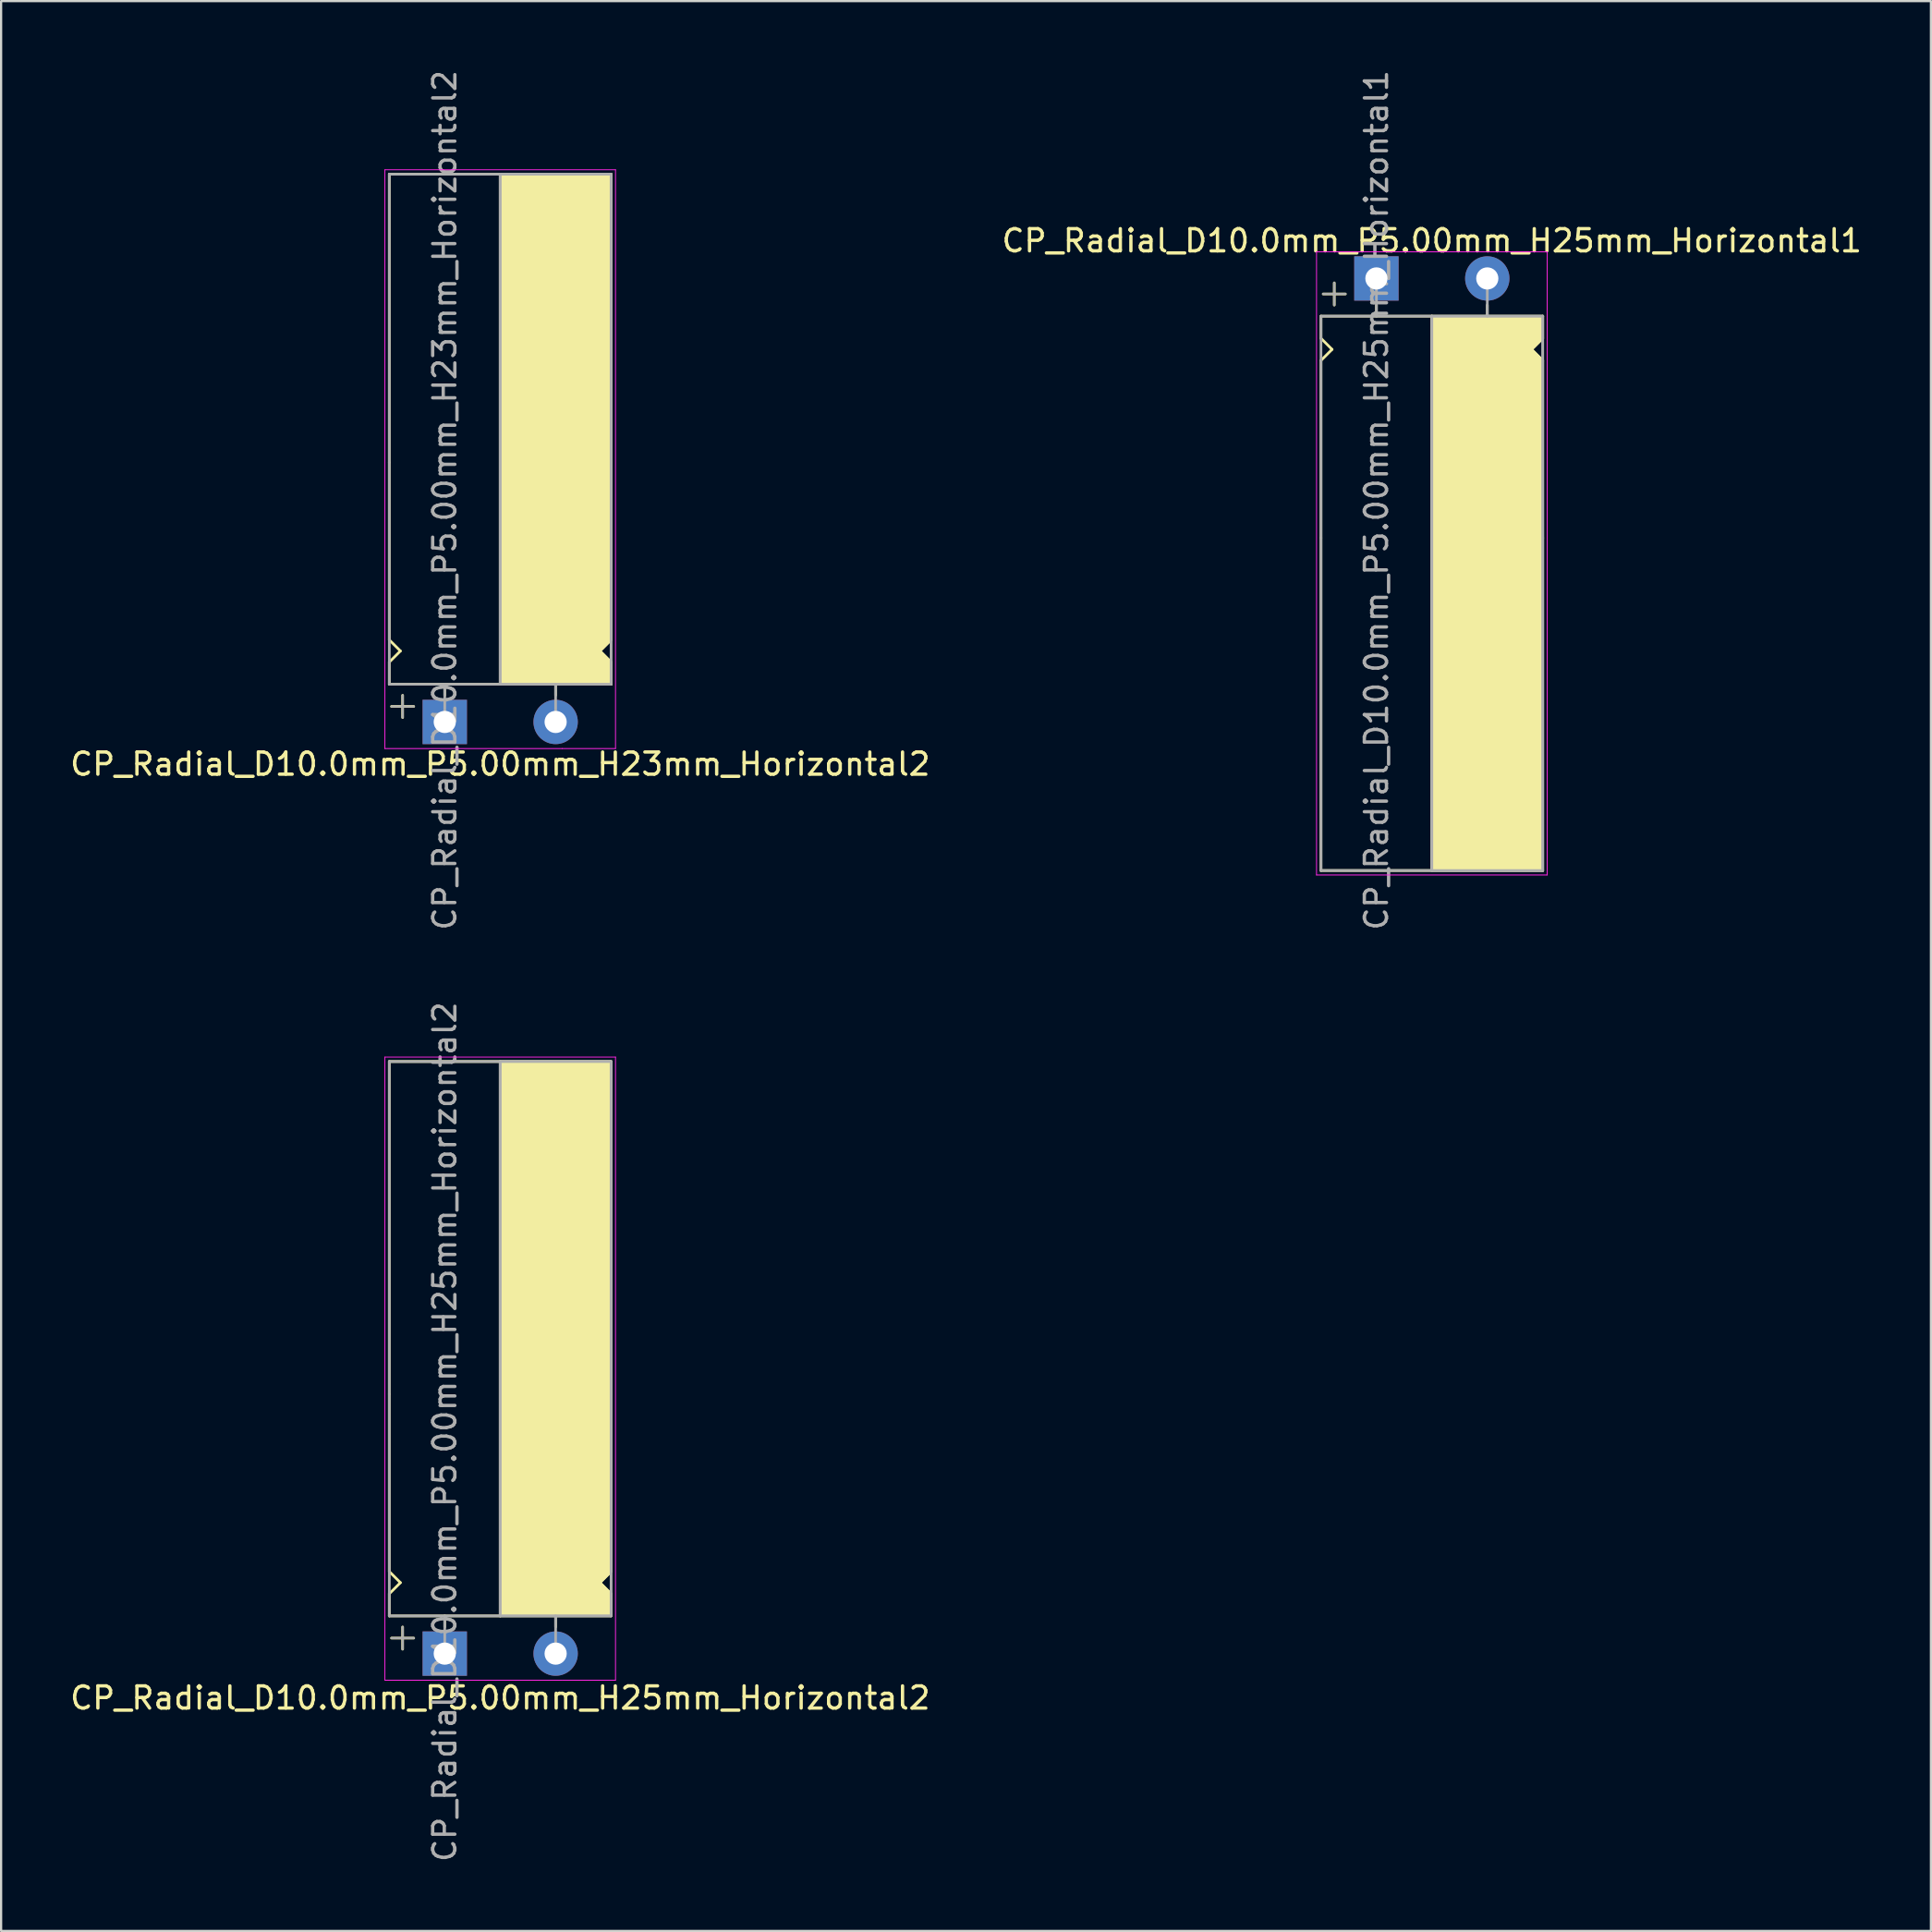
<source format=kicad_pcb>
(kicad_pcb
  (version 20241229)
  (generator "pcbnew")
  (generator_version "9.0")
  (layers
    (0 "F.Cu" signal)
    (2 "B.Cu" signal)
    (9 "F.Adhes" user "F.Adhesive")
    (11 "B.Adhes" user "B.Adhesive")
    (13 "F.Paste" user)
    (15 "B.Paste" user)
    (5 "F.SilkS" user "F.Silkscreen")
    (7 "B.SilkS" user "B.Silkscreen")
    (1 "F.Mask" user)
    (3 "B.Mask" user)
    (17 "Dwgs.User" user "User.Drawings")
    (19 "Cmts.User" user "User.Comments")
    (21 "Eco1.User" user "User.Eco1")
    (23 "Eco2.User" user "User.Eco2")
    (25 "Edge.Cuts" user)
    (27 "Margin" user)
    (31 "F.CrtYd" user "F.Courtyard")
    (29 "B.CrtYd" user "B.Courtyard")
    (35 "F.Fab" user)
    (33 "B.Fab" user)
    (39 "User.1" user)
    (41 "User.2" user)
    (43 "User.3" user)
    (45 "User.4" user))
  (footprint "CP_Radial_D10.0mm_P5.00mm_H23mm_Horizontal2"
    (layer "F.Cu")
    (at 17.006 29.506)
    (property "Reference" "CP_Radial_D10.0mm_P5.00mm_H23mm_Horizontal2" (at 2.5 1.9 0) (layer "F.SilkS") (effects (font (size 1 1) (thickness 0.15))))
    (attr through_hole)
    (fp_line (start -2.5 -24.7) (end 7.5 -24.7) (stroke (width 0.12) (type solid)) (layer "F.SilkS"))
    (fp_line (start -2.5 -11.7) (end -2.5 -24.7) (stroke (width 0.12) (type solid)) (layer "F.SilkS"))
    (fp_line (start -2.5 -3.7) (end -2.5 -11.7) (stroke (width 0.12) (type solid)) (layer "F.SilkS"))
    (fp_line (start -2.5 -2.7) (end -2 -3.2) (stroke (width 0.12) (type solid)) (layer "F.SilkS"))
    (fp_line (start -2.5 -1.7) (end -2.5 -2.7) (stroke (width 0.12) (type solid)) (layer "F.SilkS"))
    (fp_line (start -2 -3.2) (end -2.5 -3.7) (stroke (width 0.12) (type solid)) (layer "F.SilkS"))
    (fp_line (start -1.9 -1.2) (end -1.9 -0.2) (stroke (width 0.12) (type solid)) (layer "F.SilkS"))
    (fp_line (start -1.4 -0.7) (end -2.4 -0.7) (stroke (width 0.12) (type solid)) (layer "F.SilkS"))
    (fp_line (start 0 -1.7) (end 0 -1.2) (stroke (width 0.12) (type solid)) (layer "F.SilkS"))
    (fp_line (start 2.5 -24.7) (end 2.5 -1.7) (stroke (width 0.12) (type solid)) (layer "F.SilkS"))
    (fp_line (start 2.5 -1.7) (end -2.5 -1.7) (stroke (width 0.12) (type solid)) (layer "F.SilkS"))
    (fp_line (start 5 -1.7) (end 5 -1.2) (stroke (width 0.12) (type solid)) (layer "F.SilkS"))
    (fp_line (start 7 -3.2) (end 7.5 -3.7) (stroke (width 0.12) (type solid)) (layer "F.SilkS"))
    (fp_line (start 7.5 -11.7) (end 7.5 -24.7) (stroke (width 0.12) (type solid)) (layer "F.SilkS"))
    (fp_line (start 7.5 -3.7) (end 7.5 -11.7) (stroke (width 0.12) (type solid)) (layer "F.SilkS"))
    (fp_line (start 7.5 -2.7) (end 7 -3.2) (stroke (width 0.12) (type solid)) (layer "F.SilkS"))
    (fp_line (start 7.5 -1.7) (end 2.5 -1.7) (stroke (width 0.12) (type solid)) (layer "F.SilkS"))
    (fp_line (start 7.5 -1.7) (end 7.5 -2.7) (stroke (width 0.12) (type solid)) (layer "F.SilkS"))
    (fp_poly (pts (xy 7.5 -2.7) (xy 7 -3.2) (xy 7.5 -3.7) (xy 7.5 -24.7) (xy 2.5 -24.7) (xy 2.5 -1.7) (xy 7.5 -1.7)) (stroke (width 0.1) (type solid)) (fill yes) (layer "F.SilkS"))
    (fp_line (start -2.7 -24.9) (end -2.7 1.2) (stroke (width 0.04) (type solid)) (layer "F.CrtYd"))
    (fp_line (start -2.7 1.2) (end 5.3 1.2) (stroke (width 0.04) (type solid)) (layer "F.CrtYd"))
    (fp_line (start 5.3 1.2) (end 7.7 1.2) (stroke (width 0.04) (type solid)) (layer "F.CrtYd"))
    (fp_line (start 7.7 -24.9) (end -2.7 -24.9) (stroke (width 0.04) (type solid)) (layer "F.CrtYd"))
    (fp_line (start 7.7 1.2) (end 7.7 -24.9) (stroke (width 0.04) (type solid)) (layer "F.CrtYd"))
    (fp_line (start -2.5 -24.7) (end 7.5 -24.7) (stroke (width 0.12) (type solid)) (layer "F.Fab"))
    (fp_line (start -2.5 -1.7) (end -2.5 -24.7) (stroke (width 0.12) (type solid)) (layer "F.Fab"))
    (fp_line (start -2.4 -0.7) (end -1.4 -0.7) (stroke (width 0.1) (type solid)) (layer "F.Fab"))
    (fp_line (start -1.9 -0.2) (end -1.9 -1.2) (stroke (width 0.1) (type solid)) (layer "F.Fab"))
    (fp_line (start 0 -1.7) (end 0 0) (stroke (width 0.12) (type solid)) (layer "F.Fab"))
    (fp_line (start 2.5 -1.7) (end 2.5 -24.7) (stroke (width 0.12) (type solid)) (layer "F.Fab"))
    (fp_line (start 5 -1.7) (end 5 0) (stroke (width 0.12) (type solid)) (layer "F.Fab"))
    (fp_line (start 7.5 -24.7) (end 7.5 -1.7) (stroke (width 0.12) (type solid)) (layer "F.Fab"))
    (fp_line (start 7.5 -1.7) (end -2.5 -1.7) (stroke (width 0.12) (type solid)) (layer "F.Fab"))
    (fp_poly (pts (xy 7.5 -24.7) (xy 2.5 -24.7) (xy 2.5 -1.7) (xy 7.5 -1.7)) (stroke (width 0.1) (type solid)) (fill no) (layer "F.Fab"))
    (fp_text user "${REFERENCE}" (at 0 -10 90) (layer "F.Fab") (effects (font (size 1 1) (thickness 0.15))))
    (pad "1" thru_hole rect (at 0 0) (size 2 2) (drill 1) (layers "*.Cu" "*.Mask"))
    (pad "2" thru_hole circle (at 5 0) (size 2 2) (drill 1) (layers "*.Cu" "*.Mask")))
  (footprint "CP_Radial_D10.0mm_P5.00mm_H25mm_Horizontal1"
    (layer "F.Cu")
    (at 59.018 9.506)
    (property "Reference" "CP_Radial_D10.0mm_P5.00mm_H25mm_Horizontal1" (at 2.5 -1.7 0) (layer "F.SilkS") (effects (font (size 1 1) (thickness 0.15))))
    (attr through_hole)
    (fp_line (start -2.5 1.7) (end -2.5 2.7) (stroke (width 0.12) (type solid)) (layer "F.SilkS"))
    (fp_line (start -2.5 2.7) (end -2 3.2) (stroke (width 0.12) (type solid)) (layer "F.SilkS"))
    (fp_line (start -2.5 3.7) (end -2.5 11.7) (stroke (width 0.12) (type solid)) (layer "F.SilkS"))
    (fp_line (start -2.5 11.7) (end -2.5 26.7) (stroke (width 0.12) (type solid)) (layer "F.SilkS"))
    (fp_line (start -2.5 26.7) (end 7.5 26.7) (stroke (width 0.12) (type solid)) (layer "F.SilkS"))
    (fp_line (start -2 3.2) (end -2.5 3.7) (stroke (width 0.12) (type solid)) (layer "F.SilkS"))
    (fp_line (start -1.9 0.2) (end -1.9 1.2) (stroke (width 0.12) (type solid)) (layer "F.SilkS"))
    (fp_line (start -1.4 0.7) (end -2.4 0.7) (stroke (width 0.12) (type solid)) (layer "F.SilkS"))
    (fp_line (start 0 1.7) (end 0 1.2) (stroke (width 0.12) (type solid)) (layer "F.SilkS"))
    (fp_line (start 2.5 1.7) (end -2.5 1.7) (stroke (width 0.12) (type solid)) (layer "F.SilkS"))
    (fp_line (start 2.5 26.7) (end 2.5 1.7) (stroke (width 0.12) (type solid)) (layer "F.SilkS"))
    (fp_line (start 5 1.7) (end 5 1.2) (stroke (width 0.12) (type solid)) (layer "F.SilkS"))
    (fp_line (start 7 3.2) (end 7.5 3.7) (stroke (width 0.12) (type solid)) (layer "F.SilkS"))
    (fp_line (start 7.5 1.7) (end 2.5 1.7) (stroke (width 0.12) (type solid)) (layer "F.SilkS"))
    (fp_line (start 7.5 1.7) (end 7.5 2.7) (stroke (width 0.12) (type solid)) (layer "F.SilkS"))
    (fp_line (start 7.5 2.7) (end 7 3.2) (stroke (width 0.12) (type solid)) (layer "F.SilkS"))
    (fp_line (start 7.5 3.7) (end 7.5 11.7) (stroke (width 0.12) (type solid)) (layer "F.SilkS"))
    (fp_line (start 7.5 11.7) (end 7.5 26.7) (stroke (width 0.12) (type solid)) (layer "F.SilkS"))
    (fp_poly (pts (xy 7.5 2.7) (xy 7 3.2) (xy 7.5 3.7) (xy 7.5 26.7) (xy 2.5 26.7) (xy 2.5 1.7) (xy 7.5 1.7)) (stroke (width 0.1) (type solid)) (fill yes) (layer "F.SilkS"))
    (fp_line (start -2.7 -1.2) (end 5.3 -1.2) (stroke (width 0.04) (type solid)) (layer "F.CrtYd"))
    (fp_line (start -2.7 26.9) (end -2.7 -1.2) (stroke (width 0.04) (type solid)) (layer "F.CrtYd"))
    (fp_line (start 5.3 -1.2) (end 7.7 -1.2) (stroke (width 0.04) (type solid)) (layer "F.CrtYd"))
    (fp_line (start 7.7 -1.2) (end 7.7 26.9) (stroke (width 0.04) (type solid)) (layer "F.CrtYd"))
    (fp_line (start 7.7 26.9) (end -2.7 26.9) (stroke (width 0.04) (type solid)) (layer "F.CrtYd"))
    (fp_line (start -2.5 1.7) (end -2.5 26.7) (stroke (width 0.12) (type solid)) (layer "F.Fab"))
    (fp_line (start -2.5 26.7) (end 7.5 26.7) (stroke (width 0.12) (type solid)) (layer "F.Fab"))
    (fp_line (start -2.4 0.7) (end -1.4 0.7) (stroke (width 0.1) (type solid)) (layer "F.Fab"))
    (fp_line (start -1.9 1.2) (end -1.9 0.2) (stroke (width 0.1) (type solid)) (layer "F.Fab"))
    (fp_line (start 0 1.7) (end 0 0) (stroke (width 0.12) (type solid)) (layer "F.Fab"))
    (fp_line (start 2.5 1.7) (end 2.5 26.7) (stroke (width 0.12) (type solid)) (layer "F.Fab"))
    (fp_line (start 5 1.7) (end 5 0) (stroke (width 0.12) (type solid)) (layer "F.Fab"))
    (fp_line (start 7.5 1.7) (end -2.5 1.7) (stroke (width 0.12) (type solid)) (layer "F.Fab"))
    (fp_line (start 7.5 26.7) (end 7.5 1.7) (stroke (width 0.12) (type solid)) (layer "F.Fab"))
    (fp_poly (pts (xy 7.5 26.7) (xy 2.5 26.7) (xy 2.5 1.7) (xy 7.5 1.7)) (stroke (width 0.1) (type solid)) (fill no) (layer "F.Fab"))
    (fp_text user "${REFERENCE}" (at 0 10 90) (layer "F.Fab") (effects (font (size 1 1) (thickness 0.15))))
    (pad "1" thru_hole rect (at 0 0) (size 2 2) (drill 1) (layers "*.Cu" "*.Mask"))
    (pad "2" thru_hole circle (at 5 0) (size 2 2) (drill 1) (layers "*.Cu" "*.Mask")))
  (footprint "CP_Radial_D10.0mm_P5.00mm_H25mm_Horizontal2"
    (layer "F.Cu")
    (at 17.006 71.518)
    (property "Reference" "CP_Radial_D10.0mm_P5.00mm_H25mm_Horizontal2" (at 2.5 2 0) (layer "F.SilkS") (effects (font (size 1 1) (thickness 0.15))))
    (attr through_hole)
    (fp_line (start -2.5 -26.7) (end 7.5 -26.7) (stroke (width 0.12) (type solid)) (layer "F.SilkS"))
    (fp_line (start -2.5 -11.7) (end -2.5 -26.7) (stroke (width 0.12) (type solid)) (layer "F.SilkS"))
    (fp_line (start -2.5 -3.7) (end -2.5 -11.7) (stroke (width 0.12) (type solid)) (layer "F.SilkS"))
    (fp_line (start -2.5 -2.7) (end -2 -3.2) (stroke (width 0.12) (type solid)) (layer "F.SilkS"))
    (fp_line (start -2.5 -1.7) (end -2.5 -2.7) (stroke (width 0.12) (type solid)) (layer "F.SilkS"))
    (fp_line (start -2 -3.2) (end -2.5 -3.7) (stroke (width 0.12) (type solid)) (layer "F.SilkS"))
    (fp_line (start -1.9 -1.2) (end -1.9 -0.2) (stroke (width 0.12) (type solid)) (layer "F.SilkS"))
    (fp_line (start -1.4 -0.7) (end -2.4 -0.7) (stroke (width 0.12) (type solid)) (layer "F.SilkS"))
    (fp_line (start 0 -1.7) (end 0 -1.2) (stroke (width 0.12) (type solid)) (layer "F.SilkS"))
    (fp_line (start 2.5 -26.7) (end 2.5 -1.7) (stroke (width 0.12) (type solid)) (layer "F.SilkS"))
    (fp_line (start 2.5 -1.7) (end -2.5 -1.7) (stroke (width 0.12) (type solid)) (layer "F.SilkS"))
    (fp_line (start 5 -1.7) (end 5 -1.2) (stroke (width 0.12) (type solid)) (layer "F.SilkS"))
    (fp_line (start 7 -3.2) (end 7.5 -3.7) (stroke (width 0.12) (type solid)) (layer "F.SilkS"))
    (fp_line (start 7.5 -11.7) (end 7.5 -26.7) (stroke (width 0.12) (type solid)) (layer "F.SilkS"))
    (fp_line (start 7.5 -3.7) (end 7.5 -11.7) (stroke (width 0.12) (type solid)) (layer "F.SilkS"))
    (fp_line (start 7.5 -2.7) (end 7 -3.2) (stroke (width 0.12) (type solid)) (layer "F.SilkS"))
    (fp_line (start 7.5 -1.7) (end 2.5 -1.7) (stroke (width 0.12) (type solid)) (layer "F.SilkS"))
    (fp_line (start 7.5 -1.7) (end 7.5 -2.7) (stroke (width 0.12) (type solid)) (layer "F.SilkS"))
    (fp_poly (pts (xy 7.5 -2.7) (xy 7 -3.2) (xy 7.5 -3.7) (xy 7.5 -26.7) (xy 2.5 -26.7) (xy 2.5 -1.7) (xy 7.5 -1.7)) (stroke (width 0.1) (type solid)) (fill yes) (layer "F.SilkS"))
    (fp_line (start -2.7 -26.9) (end -2.7 1.2) (stroke (width 0.04) (type solid)) (layer "F.CrtYd"))
    (fp_line (start -2.7 1.2) (end 5.3 1.2) (stroke (width 0.04) (type solid)) (layer "F.CrtYd"))
    (fp_line (start 5.3 1.2) (end 7.7 1.2) (stroke (width 0.04) (type solid)) (layer "F.CrtYd"))
    (fp_line (start 7.7 -26.9) (end -2.7 -26.9) (stroke (width 0.04) (type solid)) (layer "F.CrtYd"))
    (fp_line (start 7.7 1.2) (end 7.7 -26.9) (stroke (width 0.04) (type solid)) (layer "F.CrtYd"))
    (fp_line (start -2.5 -26.7) (end 7.5 -26.7) (stroke (width 0.12) (type solid)) (layer "F.Fab"))
    (fp_line (start -2.5 -1.7) (end -2.5 -26.7) (stroke (width 0.12) (type solid)) (layer "F.Fab"))
    (fp_line (start -2.4 -0.7) (end -1.4 -0.7) (stroke (width 0.1) (type solid)) (layer "F.Fab"))
    (fp_line (start -1.9 -0.2) (end -1.9 -1.2) (stroke (width 0.1) (type solid)) (layer "F.Fab"))
    (fp_line (start 0 -1.7) (end 0 0) (stroke (width 0.12) (type solid)) (layer "F.Fab"))
    (fp_line (start 2.5 -1.7) (end 2.5 -26.7) (stroke (width 0.12) (type solid)) (layer "F.Fab"))
    (fp_line (start 5 -1.7) (end 5 0) (stroke (width 0.12) (type solid)) (layer "F.Fab"))
    (fp_line (start 7.5 -26.7) (end 7.5 -1.7) (stroke (width 0.12) (type solid)) (layer "F.Fab"))
    (fp_line (start 7.5 -1.7) (end -2.5 -1.7) (stroke (width 0.12) (type solid)) (layer "F.Fab"))
    (fp_poly (pts (xy 7.5 -26.7) (xy 2.5 -26.7) (xy 2.5 -1.7) (xy 7.5 -1.7)) (stroke (width 0.1) (type solid)) (fill no) (layer "F.Fab"))
    (fp_text user "${REFERENCE}" (at 0 -10 90) (layer "F.Fab") (effects (font (size 1 1) (thickness 0.15))))
    (pad "1" thru_hole rect (at 0 0) (size 2 2) (drill 1) (layers "*.Cu" "*.Mask"))
    (pad "2" thru_hole circle (at 5 0) (size 2 2) (drill 1) (layers "*.Cu" "*.Mask")))
  (gr_rect
    (start -3 -3)
    (end 84.024 84.024)
    (stroke (width 0.1) (type default))
    (fill no)
    (layer "Edge.Cuts")))
</source>
